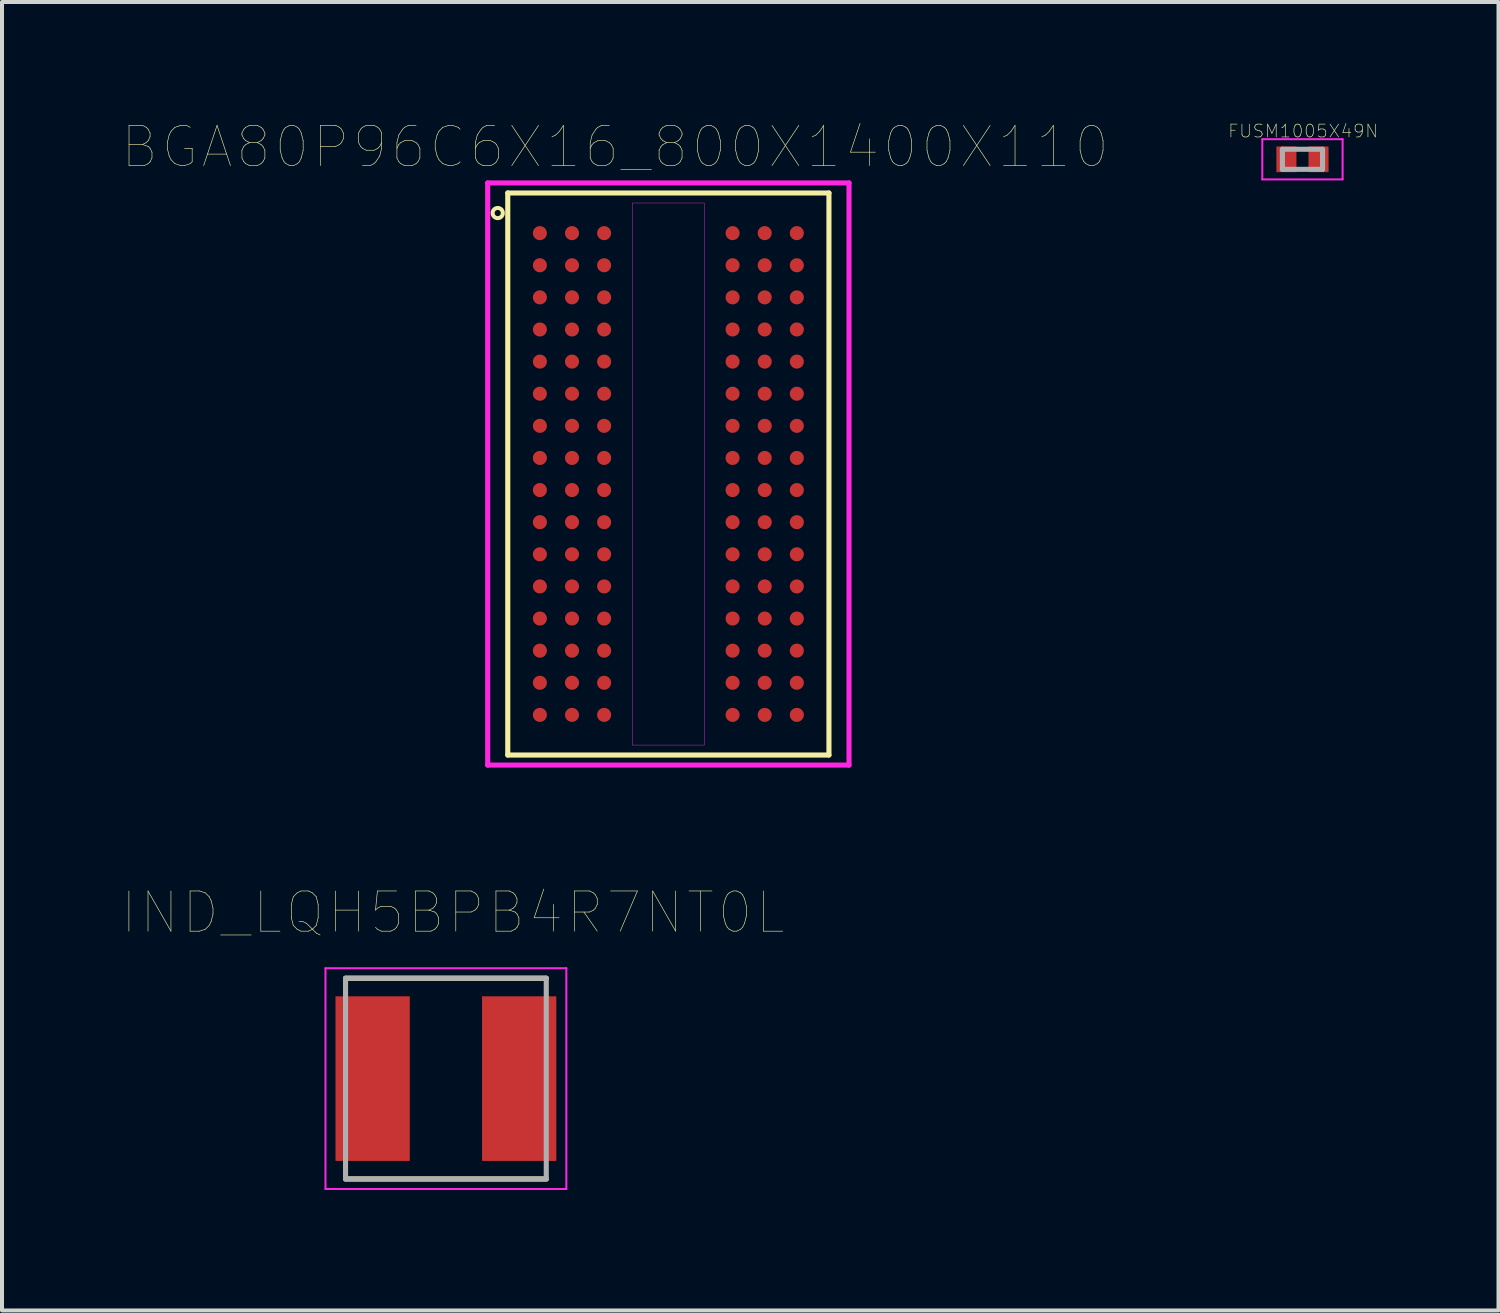
<source format=kicad_pcb>
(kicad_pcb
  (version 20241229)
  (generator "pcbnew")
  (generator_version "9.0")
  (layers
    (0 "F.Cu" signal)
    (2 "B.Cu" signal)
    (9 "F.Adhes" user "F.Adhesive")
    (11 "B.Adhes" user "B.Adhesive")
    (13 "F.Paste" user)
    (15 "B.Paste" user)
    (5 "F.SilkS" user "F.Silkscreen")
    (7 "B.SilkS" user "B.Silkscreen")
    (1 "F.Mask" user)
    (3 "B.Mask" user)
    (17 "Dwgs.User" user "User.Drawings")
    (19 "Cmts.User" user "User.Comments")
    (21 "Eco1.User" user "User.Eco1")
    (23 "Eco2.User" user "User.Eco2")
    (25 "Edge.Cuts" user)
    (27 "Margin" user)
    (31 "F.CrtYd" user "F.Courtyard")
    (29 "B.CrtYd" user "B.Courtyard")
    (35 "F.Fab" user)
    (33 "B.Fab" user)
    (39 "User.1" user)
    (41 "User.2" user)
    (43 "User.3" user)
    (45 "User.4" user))
  (footprint "IND_LQH5BPB4R7NT0L"
    (layer "F.Cu")
    (at 8.057 23.817)
    (property "Reference" "IND_LQH5BPB4R7NT0L" (at 0.175 -4.135 0) (layer "F.SilkS") (effects (font (size 1 1) (thickness 0.015))))
    (attr through_hole)
    (fp_line (start -2.5 -2.5) (end 2.5 -2.5) (stroke (width 0.127) (type solid)) (layer "F.SilkS"))
    (fp_line (start 2.5 2.5) (end -2.5 2.5) (stroke (width 0.127) (type solid)) (layer "F.SilkS"))
    (fp_line (start -3 -2.75) (end 3 -2.75) (stroke (width 0.05) (type solid)) (layer "F.CrtYd"))
    (fp_line (start -3 2.75) (end -3 -2.75) (stroke (width 0.05) (type solid)) (layer "F.CrtYd"))
    (fp_line (start 3 -2.75) (end 3 2.75) (stroke (width 0.05) (type solid)) (layer "F.CrtYd"))
    (fp_line (start 3 2.75) (end -3 2.75) (stroke (width 0.05) (type solid)) (layer "F.CrtYd"))
    (fp_line (start -2.5 -2.5) (end 2.5 -2.5) (stroke (width 0.127) (type solid)) (layer "F.Fab"))
    (fp_line (start -2.5 2.5) (end -2.5 -2.5) (stroke (width 0.127) (type solid)) (layer "F.Fab"))
    (fp_line (start 2.5 -2.5) (end 2.5 2.5) (stroke (width 0.127) (type solid)) (layer "F.Fab"))
    (fp_line (start 2.5 2.5) (end -2.5 2.5) (stroke (width 0.127) (type solid)) (layer "F.Fab"))
    (pad "1" smd rect (at -1.825 0) (size 1.85 4.1) (layers "F.Cu" "F.Mask" "F.Paste"))
    (pad "2" smd rect (at 1.825 0) (size 1.85 4.1) (layers "F.Cu" "F.Mask" "F.Paste")))
  (footprint "BGA80P96C6X16_800X1400X110"
    (layer "F.Cu")
    (at 13.598 8.757)
    (property "Reference" "BGA80P96C6X16_800X1400X110" (at -1.327 -8.145 0) (layer "F.SilkS") (effects (font (size 1.001 1.001) (thickness 0.015))))
    (attr through_hole)
    (fp_line (start -4 -7) (end -4 7) (stroke (width 0.127) (type solid)) (layer "F.SilkS"))
    (fp_line (start -4 7) (end 4 7) (stroke (width 0.127) (type solid)) (layer "F.SilkS"))
    (fp_line (start 4 -7) (end -4 -7) (stroke (width 0.127) (type solid)) (layer "F.SilkS"))
    (fp_line (start 4 7) (end 4 -7) (stroke (width 0.127) (type solid)) (layer "F.SilkS"))
    (fp_circle (center -4.25 -6.5) (end -4.123 -6.5) (stroke (width 0.1) (type solid)) (fill no) (layer "F.SilkS"))
    (fp_line (start -4.5 -7.25) (end 4.5 -7.25) (stroke (width 0.127) (type solid)) (layer "F.CrtYd"))
    (fp_line (start -4.5 7.25) (end -4.5 -7.25) (stroke (width 0.127) (type solid)) (layer "F.CrtYd"))
    (fp_line (start 4.5 -7.25) (end 4.5 7.25) (stroke (width 0.127) (type solid)) (layer "F.CrtYd"))
    (fp_line (start 4.5 7.25) (end -4.5 7.25) (stroke (width 0.127) (type solid)) (layer "F.CrtYd"))
    (fp_poly (pts (xy -0.9 -6.75) (xy 0.9 -6.75) (xy 0.9 6.752) (xy -0.9 6.752)) (stroke (width 0.01) (type solid)) (fill no) (layer "F.CrtYd"))
    (pad "A1" smd circle (at -3.2 -6) (size 0.35 0.35) (layers "F.Cu" "F.Mask" "F.Paste"))
    (pad "A2" smd circle (at -2.4 -6) (size 0.35 0.35) (layers "F.Cu" "F.Mask" "F.Paste"))
    (pad "A3" smd circle (at -1.6 -6) (size 0.35 0.35) (layers "F.Cu" "F.Mask" "F.Paste"))
    (pad "A7" smd circle (at 1.6 -6) (size 0.35 0.35) (layers "F.Cu" "F.Mask" "F.Paste"))
    (pad "A8" smd circle (at 2.4 -6) (size 0.35 0.35) (layers "F.Cu" "F.Mask" "F.Paste"))
    (pad "A9" smd circle (at 3.2 -6) (size 0.35 0.35) (layers "F.Cu" "F.Mask" "F.Paste"))
    (pad "B1" smd circle (at -3.2 -5.2) (size 0.35 0.35) (layers "F.Cu" "F.Mask" "F.Paste"))
    (pad "B2" smd circle (at -2.4 -5.2) (size 0.35 0.35) (layers "F.Cu" "F.Mask" "F.Paste"))
    (pad "B3" smd circle (at -1.6 -5.2) (size 0.35 0.35) (layers "F.Cu" "F.Mask" "F.Paste"))
    (pad "B7" smd circle (at 1.6 -5.2) (size 0.35 0.35) (layers "F.Cu" "F.Mask" "F.Paste"))
    (pad "B8" smd circle (at 2.4 -5.2) (size 0.35 0.35) (layers "F.Cu" "F.Mask" "F.Paste"))
    (pad "B9" smd circle (at 3.2 -5.2) (size 0.35 0.35) (layers "F.Cu" "F.Mask" "F.Paste"))
    (pad "C1" smd circle (at -3.2 -4.4) (size 0.35 0.35) (layers "F.Cu" "F.Mask" "F.Paste"))
    (pad "C2" smd circle (at -2.4 -4.4) (size 0.35 0.35) (layers "F.Cu" "F.Mask" "F.Paste"))
    (pad "C3" smd circle (at -1.6 -4.4) (size 0.35 0.35) (layers "F.Cu" "F.Mask" "F.Paste"))
    (pad "C7" smd circle (at 1.6 -4.4) (size 0.35 0.35) (layers "F.Cu" "F.Mask" "F.Paste"))
    (pad "C8" smd circle (at 2.4 -4.4) (size 0.35 0.35) (layers "F.Cu" "F.Mask" "F.Paste"))
    (pad "C9" smd circle (at 3.2 -4.4) (size 0.35 0.35) (layers "F.Cu" "F.Mask" "F.Paste"))
    (pad "D1" smd circle (at -3.2 -3.6) (size 0.35 0.35) (layers "F.Cu" "F.Mask" "F.Paste"))
    (pad "D2" smd circle (at -2.4 -3.6) (size 0.35 0.35) (layers "F.Cu" "F.Mask" "F.Paste"))
    (pad "D3" smd circle (at -1.6 -3.6) (size 0.35 0.35) (layers "F.Cu" "F.Mask" "F.Paste"))
    (pad "D7" smd circle (at 1.6 -3.6) (size 0.35 0.35) (layers "F.Cu" "F.Mask" "F.Paste"))
    (pad "D8" smd circle (at 2.4 -3.6) (size 0.35 0.35) (layers "F.Cu" "F.Mask" "F.Paste"))
    (pad "D9" smd circle (at 3.2 -3.6) (size 0.35 0.35) (layers "F.Cu" "F.Mask" "F.Paste"))
    (pad "E1" smd circle (at -3.2 -2.8) (size 0.35 0.35) (layers "F.Cu" "F.Mask" "F.Paste"))
    (pad "E2" smd circle (at -2.4 -2.8) (size 0.35 0.35) (layers "F.Cu" "F.Mask" "F.Paste"))
    (pad "E3" smd circle (at -1.6 -2.8) (size 0.35 0.35) (layers "F.Cu" "F.Mask" "F.Paste"))
    (pad "E7" smd circle (at 1.6 -2.8) (size 0.35 0.35) (layers "F.Cu" "F.Mask" "F.Paste"))
    (pad "E8" smd circle (at 2.4 -2.8) (size 0.35 0.35) (layers "F.Cu" "F.Mask" "F.Paste"))
    (pad "E9" smd circle (at 3.2 -2.8) (size 0.35 0.35) (layers "F.Cu" "F.Mask" "F.Paste"))
    (pad "F1" smd circle (at -3.2 -2) (size 0.35 0.35) (layers "F.Cu" "F.Mask" "F.Paste"))
    (pad "F2" smd circle (at -2.4 -2) (size 0.35 0.35) (layers "F.Cu" "F.Mask" "F.Paste"))
    (pad "F3" smd circle (at -1.6 -2) (size 0.35 0.35) (layers "F.Cu" "F.Mask" "F.Paste"))
    (pad "F7" smd circle (at 1.6 -2) (size 0.35 0.35) (layers "F.Cu" "F.Mask" "F.Paste"))
    (pad "F8" smd circle (at 2.4 -2) (size 0.35 0.35) (layers "F.Cu" "F.Mask" "F.Paste"))
    (pad "F9" smd circle (at 3.2 -2) (size 0.35 0.35) (layers "F.Cu" "F.Mask" "F.Paste"))
    (pad "G1" smd circle (at -3.2 -1.2) (size 0.35 0.35) (layers "F.Cu" "F.Mask" "F.Paste"))
    (pad "G2" smd circle (at -2.4 -1.2) (size 0.35 0.35) (layers "F.Cu" "F.Mask" "F.Paste"))
    (pad "G3" smd circle (at -1.6 -1.2) (size 0.35 0.35) (layers "F.Cu" "F.Mask" "F.Paste"))
    (pad "G7" smd circle (at 1.6 -1.2) (size 0.35 0.35) (layers "F.Cu" "F.Mask" "F.Paste"))
    (pad "G8" smd circle (at 2.4 -1.2) (size 0.35 0.35) (layers "F.Cu" "F.Mask" "F.Paste"))
    (pad "G9" smd circle (at 3.2 -1.2) (size 0.35 0.35) (layers "F.Cu" "F.Mask" "F.Paste"))
    (pad "H1" smd circle (at -3.2 -0.4) (size 0.35 0.35) (layers "F.Cu" "F.Mask" "F.Paste"))
    (pad "H2" smd circle (at -2.4 -0.4) (size 0.35 0.35) (layers "F.Cu" "F.Mask" "F.Paste"))
    (pad "H3" smd circle (at -1.6 -0.4) (size 0.35 0.35) (layers "F.Cu" "F.Mask" "F.Paste"))
    (pad "H7" smd circle (at 1.6 -0.4) (size 0.35 0.35) (layers "F.Cu" "F.Mask" "F.Paste"))
    (pad "H8" smd circle (at 2.4 -0.4) (size 0.35 0.35) (layers "F.Cu" "F.Mask" "F.Paste"))
    (pad "H9" smd circle (at 3.2 -0.4) (size 0.35 0.35) (layers "F.Cu" "F.Mask" "F.Paste"))
    (pad "J1" smd circle (at -3.2 0.4) (size 0.35 0.35) (layers "F.Cu" "F.Mask" "F.Paste"))
    (pad "J2" smd circle (at -2.4 0.4) (size 0.35 0.35) (layers "F.Cu" "F.Mask" "F.Paste"))
    (pad "J3" smd circle (at -1.6 0.4) (size 0.35 0.35) (layers "F.Cu" "F.Mask" "F.Paste"))
    (pad "J7" smd circle (at 1.6 0.4) (size 0.35 0.35) (layers "F.Cu" "F.Mask" "F.Paste"))
    (pad "J8" smd circle (at 2.4 0.4) (size 0.35 0.35) (layers "F.Cu" "F.Mask" "F.Paste"))
    (pad "J9" smd circle (at 3.2 0.4) (size 0.35 0.35) (layers "F.Cu" "F.Mask" "F.Paste"))
    (pad "K1" smd circle (at -3.2 1.2) (size 0.35 0.35) (layers "F.Cu" "F.Mask" "F.Paste"))
    (pad "K2" smd circle (at -2.4 1.2) (size 0.35 0.35) (layers "F.Cu" "F.Mask" "F.Paste"))
    (pad "K3" smd circle (at -1.6 1.2) (size 0.35 0.35) (layers "F.Cu" "F.Mask" "F.Paste"))
    (pad "K7" smd circle (at 1.6 1.2) (size 0.35 0.35) (layers "F.Cu" "F.Mask" "F.Paste"))
    (pad "K8" smd circle (at 2.4 1.2) (size 0.35 0.35) (layers "F.Cu" "F.Mask" "F.Paste"))
    (pad "K9" smd circle (at 3.2 1.2) (size 0.35 0.35) (layers "F.Cu" "F.Mask" "F.Paste"))
    (pad "L1" smd circle (at -3.2 2) (size 0.35 0.35) (layers "F.Cu" "F.Mask" "F.Paste"))
    (pad "L2" smd circle (at -2.4 2) (size 0.35 0.35) (layers "F.Cu" "F.Mask" "F.Paste"))
    (pad "L3" smd circle (at -1.6 2) (size 0.35 0.35) (layers "F.Cu" "F.Mask" "F.Paste"))
    (pad "L7" smd circle (at 1.6 2) (size 0.35 0.35) (layers "F.Cu" "F.Mask" "F.Paste"))
    (pad "L8" smd circle (at 2.4 2) (size 0.35 0.35) (layers "F.Cu" "F.Mask" "F.Paste"))
    (pad "L9" smd circle (at 3.2 2) (size 0.35 0.35) (layers "F.Cu" "F.Mask" "F.Paste"))
    (pad "M1" smd circle (at -3.2 2.8) (size 0.35 0.35) (layers "F.Cu" "F.Mask" "F.Paste"))
    (pad "M2" smd circle (at -2.4 2.8) (size 0.35 0.35) (layers "F.Cu" "F.Mask" "F.Paste"))
    (pad "M3" smd circle (at -1.6 2.8) (size 0.35 0.35) (layers "F.Cu" "F.Mask" "F.Paste"))
    (pad "M7" smd circle (at 1.6 2.8) (size 0.35 0.35) (layers "F.Cu" "F.Mask" "F.Paste"))
    (pad "M8" smd circle (at 2.4 2.8) (size 0.35 0.35) (layers "F.Cu" "F.Mask" "F.Paste"))
    (pad "M9" smd circle (at 3.2 2.8) (size 0.35 0.35) (layers "F.Cu" "F.Mask" "F.Paste"))
    (pad "N1" smd circle (at -3.2 3.6) (size 0.35 0.35) (layers "F.Cu" "F.Mask" "F.Paste"))
    (pad "N2" smd circle (at -2.4 3.6) (size 0.35 0.35) (layers "F.Cu" "F.Mask" "F.Paste"))
    (pad "N3" smd circle (at -1.6 3.6) (size 0.35 0.35) (layers "F.Cu" "F.Mask" "F.Paste"))
    (pad "N7" smd circle (at 1.6 3.6) (size 0.35 0.35) (layers "F.Cu" "F.Mask" "F.Paste"))
    (pad "N8" smd circle (at 2.4 3.6) (size 0.35 0.35) (layers "F.Cu" "F.Mask" "F.Paste"))
    (pad "N9" smd circle (at 3.2 3.6) (size 0.35 0.35) (layers "F.Cu" "F.Mask" "F.Paste"))
    (pad "P1" smd circle (at -3.2 4.4) (size 0.35 0.35) (layers "F.Cu" "F.Mask" "F.Paste"))
    (pad "P2" smd circle (at -2.4 4.4) (size 0.35 0.35) (layers "F.Cu" "F.Mask" "F.Paste"))
    (pad "P3" smd circle (at -1.6 4.4) (size 0.35 0.35) (layers "F.Cu" "F.Mask" "F.Paste"))
    (pad "P7" smd circle (at 1.6 4.4) (size 0.35 0.35) (layers "F.Cu" "F.Mask" "F.Paste"))
    (pad "P8" smd circle (at 2.4 4.4) (size 0.35 0.35) (layers "F.Cu" "F.Mask" "F.Paste"))
    (pad "P9" smd circle (at 3.2 4.4) (size 0.35 0.35) (layers "F.Cu" "F.Mask" "F.Paste"))
    (pad "R1" smd circle (at -3.2 5.2) (size 0.35 0.35) (layers "F.Cu" "F.Mask" "F.Paste"))
    (pad "R2" smd circle (at -2.4 5.2) (size 0.35 0.35) (layers "F.Cu" "F.Mask" "F.Paste"))
    (pad "R3" smd circle (at -1.6 5.2) (size 0.35 0.35) (layers "F.Cu" "F.Mask" "F.Paste"))
    (pad "R7" smd circle (at 1.6 5.2) (size 0.35 0.35) (layers "F.Cu" "F.Mask" "F.Paste"))
    (pad "R8" smd circle (at 2.4 5.2) (size 0.35 0.35) (layers "F.Cu" "F.Mask" "F.Paste"))
    (pad "R9" smd circle (at 3.2 5.2) (size 0.35 0.35) (layers "F.Cu" "F.Mask" "F.Paste"))
    (pad "T1" smd circle (at -3.2 6) (size 0.35 0.35) (layers "F.Cu" "F.Mask" "F.Paste"))
    (pad "T2" smd circle (at -2.4 6) (size 0.35 0.35) (layers "F.Cu" "F.Mask" "F.Paste"))
    (pad "T3" smd circle (at -1.6 6) (size 0.35 0.35) (layers "F.Cu" "F.Mask" "F.Paste"))
    (pad "T7" smd circle (at 1.6 6) (size 0.35 0.35) (layers "F.Cu" "F.Mask" "F.Paste"))
    (pad "T8" smd circle (at 2.4 6) (size 0.35 0.35) (layers "F.Cu" "F.Mask" "F.Paste"))
    (pad "T9" smd circle (at 3.2 6) (size 0.35 0.35) (layers "F.Cu" "F.Mask" "F.Paste")))
  (footprint "FUSM1005X49N"
    (layer "F.Cu")
    (at 29.393 0.918)
    (property "Reference" "FUSM1005X49N" (at 0.016 -0.704 0) (layer "F.SilkS") (effects (font (size 0.32 0.32) (thickness 0.015))))
    (attr through_hole)
    (fp_line (start -1 -0.5) (end -1 0.5) (stroke (width 0.05) (type solid)) (layer "F.CrtYd"))
    (fp_line (start -1 0.5) (end 1 0.5) (stroke (width 0.05) (type solid)) (layer "F.CrtYd"))
    (fp_line (start 1 -0.5) (end -1 -0.5) (stroke (width 0.05) (type solid)) (layer "F.CrtYd"))
    (fp_line (start 1 0.5) (end 1 -0.5) (stroke (width 0.05) (type solid)) (layer "F.CrtYd"))
    (fp_line (start -0.5 -0.25) (end -0.5 0.25) (stroke (width 0.127) (type solid)) (layer "F.Fab"))
    (fp_line (start -0.5 -0.25) (end 0.5 -0.25) (stroke (width 0.127) (type solid)) (layer "F.Fab"))
    (fp_line (start 0.5 0.25) (end -0.5 0.25) (stroke (width 0.127) (type solid)) (layer "F.Fab"))
    (fp_line (start 0.5 0.25) (end 0.5 -0.25) (stroke (width 0.127) (type solid)) (layer "F.Fab"))
    (pad "1" smd rect (at -0.4 0) (size 0.5 0.64) (layers "F.Cu" "F.Mask" "F.Paste"))
    (pad "2" smd rect (at 0.4 0) (size 0.5 0.64) (layers "F.Cu" "F.Mask" "F.Paste")))
  (gr_rect
    (start -3 -3)
    (end 34.276 29.592)
    (stroke (width 0.1) (type default))
    (fill no)
    (layer "Edge.Cuts")))
</source>
